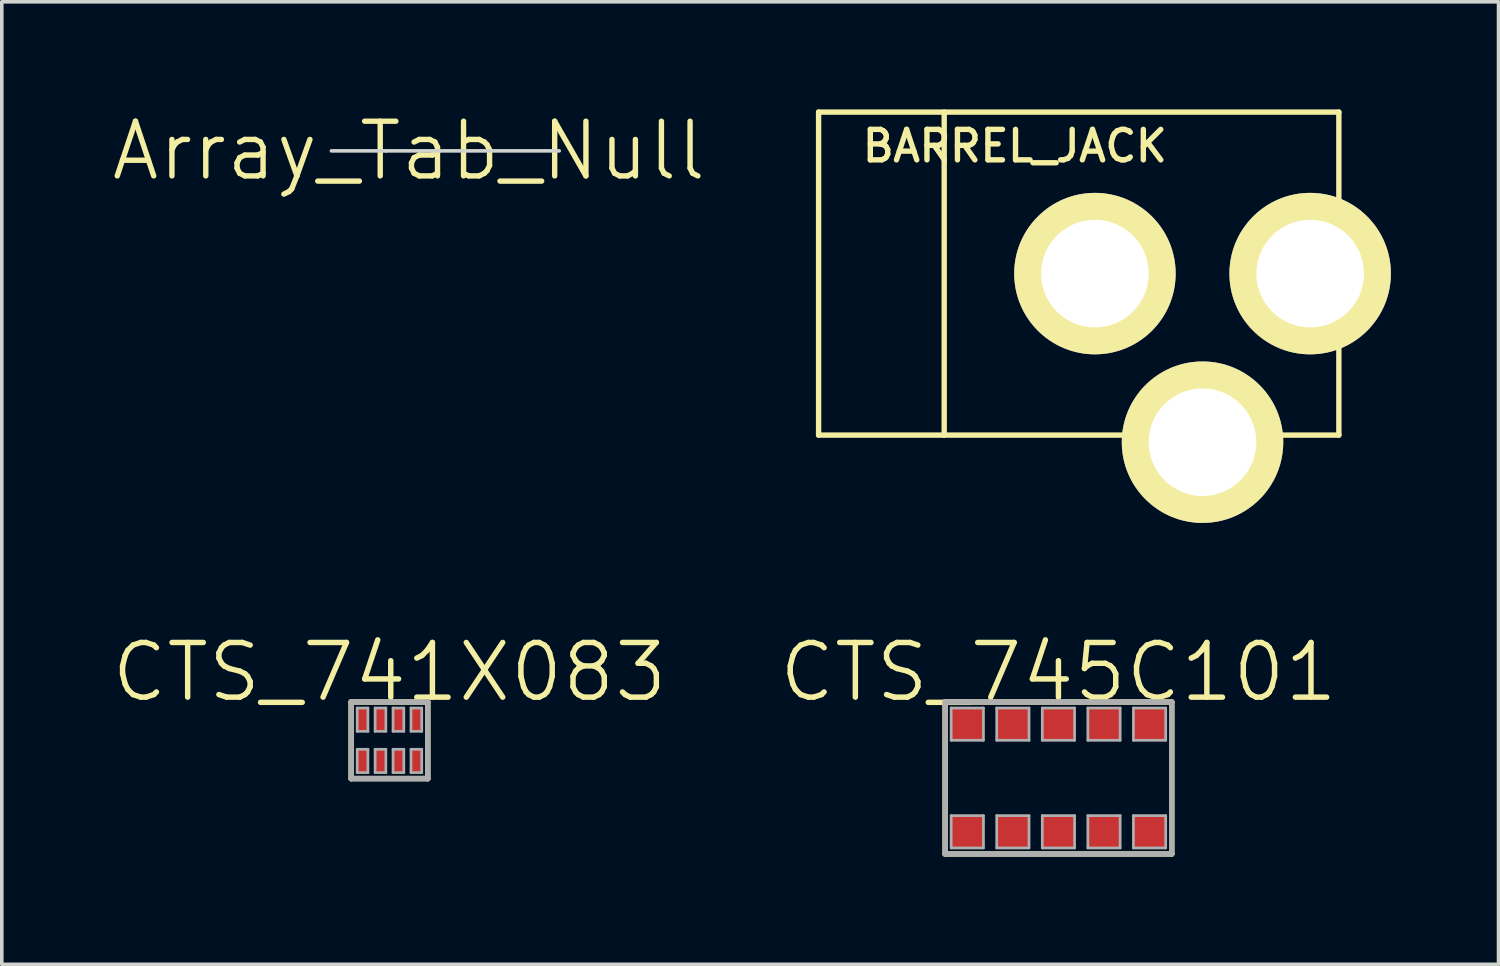
<source format=kicad_pcb>
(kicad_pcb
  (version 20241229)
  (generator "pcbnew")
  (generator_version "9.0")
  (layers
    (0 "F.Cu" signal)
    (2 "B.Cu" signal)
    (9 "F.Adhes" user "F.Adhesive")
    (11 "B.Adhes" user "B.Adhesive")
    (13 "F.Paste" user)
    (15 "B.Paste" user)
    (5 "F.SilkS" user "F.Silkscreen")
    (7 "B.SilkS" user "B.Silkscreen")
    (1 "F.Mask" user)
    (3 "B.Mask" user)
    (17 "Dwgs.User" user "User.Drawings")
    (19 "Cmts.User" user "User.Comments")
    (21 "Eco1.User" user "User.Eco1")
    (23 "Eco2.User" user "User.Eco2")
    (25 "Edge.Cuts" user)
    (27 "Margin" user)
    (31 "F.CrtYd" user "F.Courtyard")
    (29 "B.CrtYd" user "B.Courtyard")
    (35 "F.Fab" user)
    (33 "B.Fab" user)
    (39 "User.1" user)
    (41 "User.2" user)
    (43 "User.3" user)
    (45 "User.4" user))
  (footprint "CTS_745C101"
    (layer "F.Cu")
    (at 26.451 18.634)
    (property "Reference" "CTS_745C101" (at 0 -2.95 0) (layer "F.SilkS") (effects (font (size 1.524 1.524) (thickness 0.152))))
    (attr smd)
    (fp_line (start -3.158 -2.118) (end -3.158 2.118) (stroke (width 0.152) (type solid)) (layer "F.SilkS"))
    (fp_line (start -3.158 -2.118) (end 3.158 -2.118) (stroke (width 0.152) (type solid)) (layer "F.SilkS"))
    (fp_line (start 3.158 2.118) (end -3.158 2.118) (stroke (width 0.152) (type solid)) (layer "F.SilkS"))
    (fp_line (start 3.158 2.118) (end 3.158 -2.118) (stroke (width 0.152) (type solid)) (layer "F.SilkS"))
    (fp_line (start -3.158 -2.118) (end -3.158 2.118) (stroke (width 0.152) (type solid)) (layer "F.Fab"))
    (fp_line (start -3.158 -2.118) (end 3.158 -2.118) (stroke (width 0.152) (type solid)) (layer "F.Fab"))
    (fp_line (start -2.99 -1.95) (end -2.09 -1.95) (stroke (width 0.076) (type solid)) (layer "F.Fab"))
    (fp_line (start -2.99 -1.05) (end -2.99 -1.95) (stroke (width 0.076) (type solid)) (layer "F.Fab"))
    (fp_line (start -2.99 -1.05) (end -2.09 -1.05) (stroke (width 0.076) (type solid)) (layer "F.Fab"))
    (fp_line (start -2.99 1.05) (end -2.09 1.05) (stroke (width 0.076) (type solid)) (layer "F.Fab"))
    (fp_line (start -2.99 1.95) (end -2.99 1.05) (stroke (width 0.076) (type solid)) (layer "F.Fab"))
    (fp_line (start -2.99 1.95) (end -2.09 1.95) (stroke (width 0.076) (type solid)) (layer "F.Fab"))
    (fp_line (start -2.09 -1.05) (end -2.09 -1.95) (stroke (width 0.076) (type solid)) (layer "F.Fab"))
    (fp_line (start -2.09 1.95) (end -2.09 1.05) (stroke (width 0.076) (type solid)) (layer "F.Fab"))
    (fp_line (start -1.72 -1.95) (end -0.82 -1.95) (stroke (width 0.076) (type solid)) (layer "F.Fab"))
    (fp_line (start -1.72 -1.05) (end -1.72 -1.95) (stroke (width 0.076) (type solid)) (layer "F.Fab"))
    (fp_line (start -1.72 -1.05) (end -0.82 -1.05) (stroke (width 0.076) (type solid)) (layer "F.Fab"))
    (fp_line (start -1.72 1.05) (end -0.82 1.05) (stroke (width 0.076) (type solid)) (layer "F.Fab"))
    (fp_line (start -1.72 1.95) (end -1.72 1.05) (stroke (width 0.076) (type solid)) (layer "F.Fab"))
    (fp_line (start -1.72 1.95) (end -0.82 1.95) (stroke (width 0.076) (type solid)) (layer "F.Fab"))
    (fp_line (start -0.82 -1.05) (end -0.82 -1.95) (stroke (width 0.076) (type solid)) (layer "F.Fab"))
    (fp_line (start -0.82 1.95) (end -0.82 1.05) (stroke (width 0.076) (type solid)) (layer "F.Fab"))
    (fp_line (start -0.45 -1.95) (end 0.45 -1.95) (stroke (width 0.076) (type solid)) (layer "F.Fab"))
    (fp_line (start -0.45 -1.05) (end -0.45 -1.95) (stroke (width 0.076) (type solid)) (layer "F.Fab"))
    (fp_line (start -0.45 -1.05) (end 0.45 -1.05) (stroke (width 0.076) (type solid)) (layer "F.Fab"))
    (fp_line (start -0.45 1.05) (end 0.45 1.05) (stroke (width 0.076) (type solid)) (layer "F.Fab"))
    (fp_line (start -0.45 1.95) (end -0.45 1.05) (stroke (width 0.076) (type solid)) (layer "F.Fab"))
    (fp_line (start -0.45 1.95) (end 0.45 1.95) (stroke (width 0.076) (type solid)) (layer "F.Fab"))
    (fp_line (start 0.45 -1.05) (end 0.45 -1.95) (stroke (width 0.076) (type solid)) (layer "F.Fab"))
    (fp_line (start 0.45 1.95) (end 0.45 1.05) (stroke (width 0.076) (type solid)) (layer "F.Fab"))
    (fp_line (start 0.82 -1.95) (end 1.72 -1.95) (stroke (width 0.076) (type solid)) (layer "F.Fab"))
    (fp_line (start 0.82 -1.05) (end 0.82 -1.95) (stroke (width 0.076) (type solid)) (layer "F.Fab"))
    (fp_line (start 0.82 -1.05) (end 1.72 -1.05) (stroke (width 0.076) (type solid)) (layer "F.Fab"))
    (fp_line (start 0.82 1.05) (end 1.72 1.05) (stroke (width 0.076) (type solid)) (layer "F.Fab"))
    (fp_line (start 0.82 1.95) (end 0.82 1.05) (stroke (width 0.076) (type solid)) (layer "F.Fab"))
    (fp_line (start 0.82 1.95) (end 1.72 1.95) (stroke (width 0.076) (type solid)) (layer "F.Fab"))
    (fp_line (start 1.72 -1.05) (end 1.72 -1.95) (stroke (width 0.076) (type solid)) (layer "F.Fab"))
    (fp_line (start 1.72 1.95) (end 1.72 1.05) (stroke (width 0.076) (type solid)) (layer "F.Fab"))
    (fp_line (start 2.09 -1.95) (end 2.99 -1.95) (stroke (width 0.076) (type solid)) (layer "F.Fab"))
    (fp_line (start 2.09 -1.05) (end 2.09 -1.95) (stroke (width 0.076) (type solid)) (layer "F.Fab"))
    (fp_line (start 2.09 -1.05) (end 2.99 -1.05) (stroke (width 0.076) (type solid)) (layer "F.Fab"))
    (fp_line (start 2.09 1.05) (end 2.99 1.05) (stroke (width 0.076) (type solid)) (layer "F.Fab"))
    (fp_line (start 2.09 1.95) (end 2.09 1.05) (stroke (width 0.076) (type solid)) (layer "F.Fab"))
    (fp_line (start 2.09 1.95) (end 2.99 1.95) (stroke (width 0.076) (type solid)) (layer "F.Fab"))
    (fp_line (start 2.99 -1.05) (end 2.99 -1.95) (stroke (width 0.076) (type solid)) (layer "F.Fab"))
    (fp_line (start 2.99 1.95) (end 2.99 1.05) (stroke (width 0.076) (type solid)) (layer "F.Fab"))
    (fp_line (start 3.158 2.118) (end -3.158 2.118) (stroke (width 0.152) (type solid)) (layer "F.Fab"))
    (fp_line (start 3.158 2.118) (end 3.158 -2.118) (stroke (width 0.152) (type solid)) (layer "F.Fab"))
    (pad "1" smd rect (at -2.54 1.5) (size 0.9 0.9) (layers "F.Cu" "F.Mask" "F.Paste"))
    (pad "2" smd rect (at -1.27 1.5) (size 0.9 0.9) (layers "F.Cu" "F.Mask" "F.Paste"))
    (pad "3" smd rect (at 0 1.5) (size 0.9 0.9) (layers "F.Cu" "F.Mask" "F.Paste"))
    (pad "4" smd rect (at 1.27 1.5) (size 0.9 0.9) (layers "F.Cu" "F.Mask" "F.Paste"))
    (pad "5" smd rect (at 2.54 1.5) (size 0.9 0.9) (layers "F.Cu" "F.Mask" "F.Paste"))
    (pad "6" smd rect (at 2.54 -1.5) (size 0.9 0.9) (layers "F.Cu" "F.Mask" "F.Paste"))
    (pad "7" smd rect (at 1.27 -1.5) (size 0.9 0.9) (layers "F.Cu" "F.Mask" "F.Paste"))
    (pad "8" smd rect (at 0 -1.5) (size 0.9 0.9) (layers "F.Cu" "F.Mask" "F.Paste"))
    (pad "9" smd rect (at -1.27 -1.5) (size 0.9 0.9) (layers "F.Cu" "F.Mask" "F.Paste"))
    (pad "10" smd rect (at -2.54 -1.5) (size 0.9 0.9) (layers "F.Cu" "F.Mask" "F.Paste")))
  (footprint "Array_Tab_Null"
    (layer "F.Cu")
    (at 9.362 1.155)
    (property "Reference" "Array_Tab_Null" (at -1.016 0 0) (layer "F.SilkS") (effects (font (size 1.524 1.524) (thickness 0.15))))
    (attr exclude_from_pos_files exclude_from_bom)
    (fp_line (start -3.175 0) (end -1.651 0) (stroke (width 0.1) (type solid)) (layer "Edge.Cuts"))
    (fp_line (start -1.651 0) (end 3.175 0) (stroke (width 0.1) (type solid)) (layer "Edge.Cuts")))
  (footprint "BARREL_JACK"
    (layer "F.Cu")
    (at 27.267 4.576)
    (property "Reference" "BARREL_JACK" (at -2.032 -3.556 0) (layer "F.SilkS") (effects (font (size 0.85 0.85) (thickness 0.15))))
    (attr through_hole)
    (fp_line (start -7.501 -4.501) (end -7.501 4.501) (stroke (width 0.15) (type solid)) (layer "F.SilkS"))
    (fp_line (start -7.501 4.501) (end 7 4.501) (stroke (width 0.15) (type solid)) (layer "F.SilkS"))
    (fp_line (start -4 -4.501) (end -4 4.501) (stroke (width 0.15) (type solid)) (layer "F.SilkS"))
    (fp_line (start 7 -4.501) (end -7.501 -4.501) (stroke (width 0.15) (type solid)) (layer "F.SilkS"))
    (fp_line (start 7 4.501) (end 7 -4.501) (stroke (width 0.15) (type solid)) (layer "F.SilkS"))
    (pad "1" thru_hole circle (at 6.2 0) (size 4.5 4.5) (drill 3) (layers "*.Cu" "*.Mask" "F.SilkS"))
    (pad "2" thru_hole circle (at 0.201 0) (size 4.5 4.5) (drill 3) (layers "*.Cu" "*.Mask" "F.SilkS"))
    (pad "3" thru_hole circle (at 3.2 4.699) (size 4.5 4.5) (drill 3) (layers "*.Cu" "*.Mask" "F.SilkS")))
  (footprint "CTS_741X083"
    (layer "F.Cu")
    (at 7.805 17.584)
    (property "Reference" "CTS_741X083" (at 0 -1.9 0) (layer "F.SilkS") (effects (font (size 1.524 1.524) (thickness 0.152))))
    (attr smd)
    (fp_line (start -1.068 -1.068) (end -1.068 1.068) (stroke (width 0.152) (type solid)) (layer "F.SilkS"))
    (fp_line (start -1.068 -1.068) (end 1.068 -1.068) (stroke (width 0.152) (type solid)) (layer "F.SilkS"))
    (fp_line (start 1.068 1.068) (end -1.068 1.068) (stroke (width 0.152) (type solid)) (layer "F.SilkS"))
    (fp_line (start 1.068 1.068) (end 1.068 -1.068) (stroke (width 0.152) (type solid)) (layer "F.SilkS"))
    (fp_line (start -1.068 -1.068) (end -1.068 1.068) (stroke (width 0.152) (type solid)) (layer "F.Fab"))
    (fp_line (start -1.068 -1.068) (end 1.068 -1.068) (stroke (width 0.152) (type solid)) (layer "F.Fab"))
    (fp_line (start -0.9 -0.9) (end -0.6 -0.9) (stroke (width 0.076) (type solid)) (layer "F.Fab"))
    (fp_line (start -0.9 -0.25) (end -0.9 -0.9) (stroke (width 0.076) (type solid)) (layer "F.Fab"))
    (fp_line (start -0.9 -0.25) (end -0.6 -0.25) (stroke (width 0.076) (type solid)) (layer "F.Fab"))
    (fp_line (start -0.9 0.25) (end -0.6 0.25) (stroke (width 0.076) (type solid)) (layer "F.Fab"))
    (fp_line (start -0.9 0.9) (end -0.9 0.25) (stroke (width 0.076) (type solid)) (layer "F.Fab"))
    (fp_line (start -0.9 0.9) (end -0.6 0.9) (stroke (width 0.076) (type solid)) (layer "F.Fab"))
    (fp_line (start -0.6 -0.25) (end -0.6 -0.9) (stroke (width 0.076) (type solid)) (layer "F.Fab"))
    (fp_line (start -0.6 0.9) (end -0.6 0.25) (stroke (width 0.076) (type solid)) (layer "F.Fab"))
    (fp_line (start -0.4 -0.9) (end -0.1 -0.9) (stroke (width 0.076) (type solid)) (layer "F.Fab"))
    (fp_line (start -0.4 -0.25) (end -0.4 -0.9) (stroke (width 0.076) (type solid)) (layer "F.Fab"))
    (fp_line (start -0.4 -0.25) (end -0.1 -0.25) (stroke (width 0.076) (type solid)) (layer "F.Fab"))
    (fp_line (start -0.4 0.25) (end -0.1 0.25) (stroke (width 0.076) (type solid)) (layer "F.Fab"))
    (fp_line (start -0.4 0.9) (end -0.4 0.25) (stroke (width 0.076) (type solid)) (layer "F.Fab"))
    (fp_line (start -0.4 0.9) (end -0.1 0.9) (stroke (width 0.076) (type solid)) (layer "F.Fab"))
    (fp_line (start -0.1 -0.25) (end -0.1 -0.9) (stroke (width 0.076) (type solid)) (layer "F.Fab"))
    (fp_line (start -0.1 0.9) (end -0.1 0.25) (stroke (width 0.076) (type solid)) (layer "F.Fab"))
    (fp_line (start 0.1 -0.9) (end 0.4 -0.9) (stroke (width 0.076) (type solid)) (layer "F.Fab"))
    (fp_line (start 0.1 -0.25) (end 0.1 -0.9) (stroke (width 0.076) (type solid)) (layer "F.Fab"))
    (fp_line (start 0.1 -0.25) (end 0.4 -0.25) (stroke (width 0.076) (type solid)) (layer "F.Fab"))
    (fp_line (start 0.1 0.25) (end 0.4 0.25) (stroke (width 0.076) (type solid)) (layer "F.Fab"))
    (fp_line (start 0.1 0.9) (end 0.1 0.25) (stroke (width 0.076) (type solid)) (layer "F.Fab"))
    (fp_line (start 0.1 0.9) (end 0.4 0.9) (stroke (width 0.076) (type solid)) (layer "F.Fab"))
    (fp_line (start 0.4 -0.25) (end 0.4 -0.9) (stroke (width 0.076) (type solid)) (layer "F.Fab"))
    (fp_line (start 0.4 0.9) (end 0.4 0.25) (stroke (width 0.076) (type solid)) (layer "F.Fab"))
    (fp_line (start 0.6 -0.9) (end 0.9 -0.9) (stroke (width 0.076) (type solid)) (layer "F.Fab"))
    (fp_line (start 0.6 -0.25) (end 0.6 -0.9) (stroke (width 0.076) (type solid)) (layer "F.Fab"))
    (fp_line (start 0.6 -0.25) (end 0.9 -0.25) (stroke (width 0.076) (type solid)) (layer "F.Fab"))
    (fp_line (start 0.6 0.25) (end 0.9 0.25) (stroke (width 0.076) (type solid)) (layer "F.Fab"))
    (fp_line (start 0.6 0.9) (end 0.6 0.25) (stroke (width 0.076) (type solid)) (layer "F.Fab"))
    (fp_line (start 0.6 0.9) (end 0.9 0.9) (stroke (width 0.076) (type solid)) (layer "F.Fab"))
    (fp_line (start 0.9 -0.25) (end 0.9 -0.9) (stroke (width 0.076) (type solid)) (layer "F.Fab"))
    (fp_line (start 0.9 0.9) (end 0.9 0.25) (stroke (width 0.076) (type solid)) (layer "F.Fab"))
    (fp_line (start 1.068 1.068) (end -1.068 1.068) (stroke (width 0.152) (type solid)) (layer "F.Fab"))
    (fp_line (start 1.068 1.068) (end 1.068 -1.068) (stroke (width 0.152) (type solid)) (layer "F.Fab"))
    (pad "1" smd rect (at -0.75 0.575) (size 0.3 0.65) (layers "F.Cu" "F.Mask" "F.Paste"))
    (pad "2" smd rect (at -0.25 0.575) (size 0.3 0.65) (layers "F.Cu" "F.Mask" "F.Paste"))
    (pad "3" smd rect (at 0.25 0.575) (size 0.3 0.65) (layers "F.Cu" "F.Mask" "F.Paste"))
    (pad "4" smd rect (at 0.75 0.575) (size 0.3 0.65) (layers "F.Cu" "F.Mask" "F.Paste"))
    (pad "5" smd rect (at 0.75 -0.575) (size 0.3 0.65) (layers "F.Cu" "F.Mask" "F.Paste"))
    (pad "6" smd rect (at 0.25 -0.575) (size 0.3 0.65) (layers "F.Cu" "F.Mask" "F.Paste"))
    (pad "7" smd rect (at -0.25 -0.575) (size 0.3 0.65) (layers "F.Cu" "F.Mask" "F.Paste"))
    (pad "8" smd rect (at -0.75 -0.575) (size 0.3 0.65) (layers "F.Cu" "F.Mask" "F.Paste")))
  (gr_rect
    (start -3 -3)
    (end 38.717 23.828)
    (stroke (width 0.1) (type default))
    (fill no)
    (layer "Edge.Cuts")))
</source>
